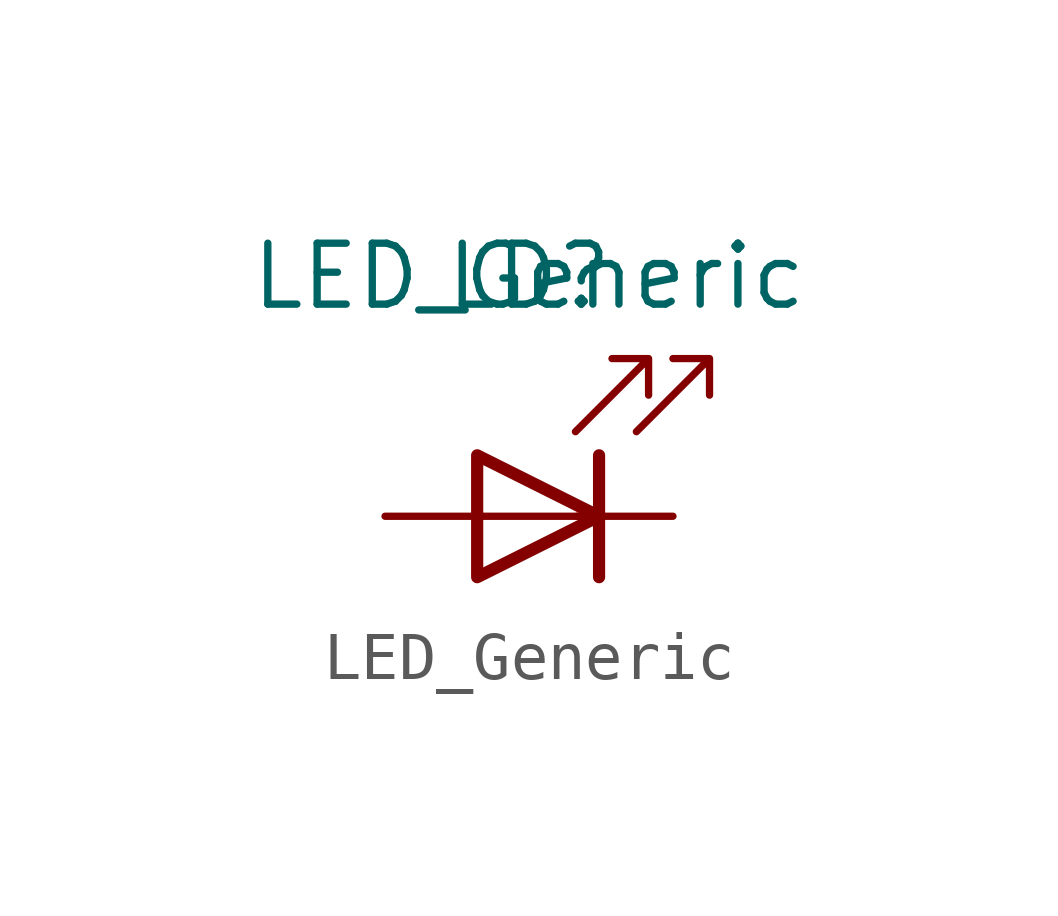
<source format=kicad_sym>
(kicad_symbol_lib
  (version 20211014)
  (generator kicad_symbol_editor)
  (symbol "LED_Generic"
    (pin_numbers hide)
    (pin_names hide)
    (property "Reference" "LD"
      (at 0 0 0)
      (effects (font (size 1.27 1.27))))
    (property "Value" "LED_Generic"
      (at 0 0 0)
      (effects (font (size 1.27 1.27))))
    (symbol "LED_Generic_0_1"
      (polyline (pts (xy 1.46 -5) (xy -1.08 -5)) (stroke (width 0) (type default) (color 0 0 0 0)) (fill (type none)))
      (polyline (pts (xy 1.46 -3.73) (xy 1.46 -6.27)) (stroke (width 0.254) (type default) (color 0 0 0 0)) (fill (type none)))
      (polyline (pts (xy -1.08 -3.73) (xy -1.08 -6.27) (xy 1.46 -5) (xy -1.08 -3.73)) (stroke (width 0.254) (type default) (color 0 0 0 0)) (fill (type none)))
      (polyline (pts (xy 0.968 -3.238) (xy 2.492 -1.714) (xy 1.73 -1.714) (xy 2.492 -1.714) (xy 2.492 -2.476)) (stroke (width 0) (type default) (color 0 0 0 0)) (fill (type none)))
      (polyline (pts (xy 2.238 -3.238) (xy 3.762 -1.714) (xy 3 -1.714) (xy 3.762 -1.714) (xy 3.762 -2.476)) (stroke (width 0) (type default) (color 0 0 0 0)) (fill (type none))))
    (symbol "LED_Generic_1_1"
      (pin passive line (at -3 -5 0) (length 2) (name "A" (effects (font (size 1.27 1.27)))) (number "1" (effects (font (size 1.27 1.27)))))
      (pin passive line (at 3 -5 180) (length 2) (name "K" (effects (font (size 1.27 1.27)))) (number "2" (effects (font (size 1.27 1.27))))))))
</source>
